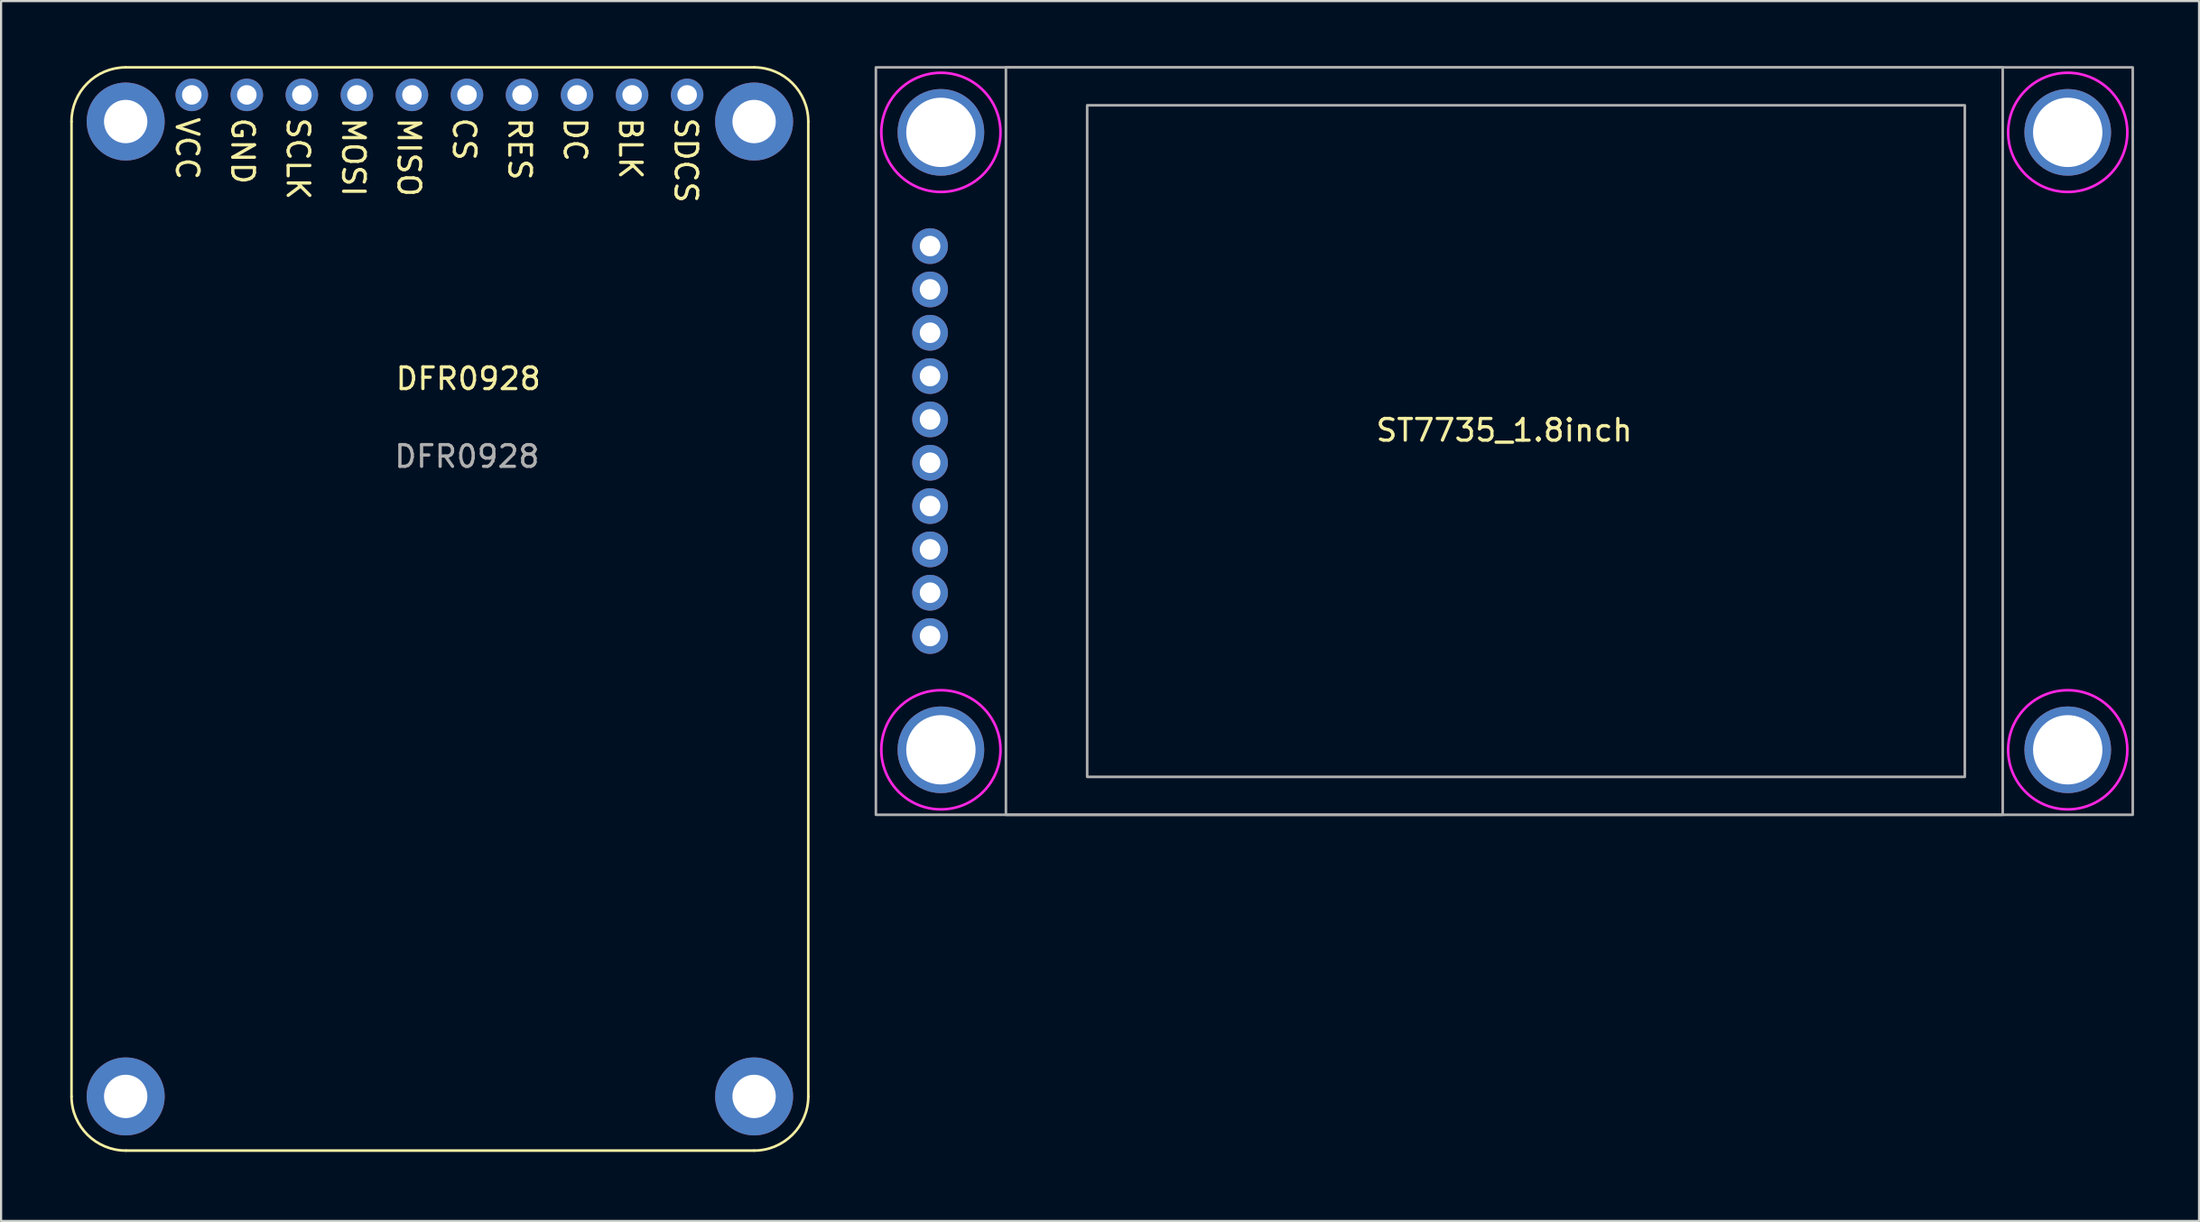
<source format=kicad_pcb>
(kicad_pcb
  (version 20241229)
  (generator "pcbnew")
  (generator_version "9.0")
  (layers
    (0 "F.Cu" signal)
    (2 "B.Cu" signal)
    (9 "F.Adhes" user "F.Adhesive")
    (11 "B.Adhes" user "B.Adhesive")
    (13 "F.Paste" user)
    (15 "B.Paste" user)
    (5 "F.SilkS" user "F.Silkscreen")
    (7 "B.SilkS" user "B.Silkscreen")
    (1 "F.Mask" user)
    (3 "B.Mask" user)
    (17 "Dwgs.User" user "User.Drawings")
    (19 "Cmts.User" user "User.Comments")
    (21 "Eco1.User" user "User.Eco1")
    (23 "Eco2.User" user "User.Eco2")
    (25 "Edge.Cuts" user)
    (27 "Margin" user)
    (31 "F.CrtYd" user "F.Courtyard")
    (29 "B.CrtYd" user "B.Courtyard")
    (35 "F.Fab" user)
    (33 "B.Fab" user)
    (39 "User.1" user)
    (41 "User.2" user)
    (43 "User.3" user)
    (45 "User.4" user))
  (footprint "ST7735_1.8inch"
    (layer "F.Cu")
    (at 66.37 17.31)
    (property "Reference" "ST7735_1.8inch" (at 0 -0.5 0) (unlocked yes) (layer "F.SilkS") (effects (font (size 1 1) (thickness 0.15))))
    (attr through_hole)
    (fp_circle (center -26 -14.25) (end -23.25 -14.25) (stroke (width 0.12) (type solid)) (fill no) (layer "F.CrtYd"))
    (fp_circle (center -26 14.25) (end -23.25 14.25) (stroke (width 0.12) (type solid)) (fill no) (layer "F.CrtYd"))
    (fp_circle (center 26 -14.25) (end 28.75 -14.25) (stroke (width 0.12) (type solid)) (fill no) (layer "F.CrtYd"))
    (fp_circle (center 26 14.25) (end 28.75 14.25) (stroke (width 0.12) (type solid)) (fill no) (layer "F.CrtYd"))
    (fp_rect (start -29 -17.25) (end 29 17.25) (stroke (width 0.12) (type solid)) (fill no) (layer "F.Fab"))
    (fp_rect (start -23 -17.25) (end 23 17.25) (stroke (width 0.12) (type solid)) (fill no) (layer "F.Fab"))
    (fp_rect (start -19.25 -15.5) (end 21.25 15.5) (stroke (width 0.12) (type solid)) (fill no) (layer "F.Fab"))
    (pad "" thru_hole circle (at -26 -14.25) (size 4 4) (drill 3.2) (layers "*.Cu" "*.Mask"))
    (pad "" thru_hole circle (at -26 14.25) (size 4 4) (drill 3.2) (layers "*.Cu" "*.Mask"))
    (pad "" thru_hole circle (at 26 -14.25) (size 4 4) (drill 3.2) (layers "*.Cu" "*.Mask"))
    (pad "" thru_hole circle (at 26 14.25) (size 4 4) (drill 3.2) (layers "*.Cu" "*.Mask"))
    (pad "1" thru_hole circle (at -26.5 -9) (size 1.65 1.65) (drill 0.95) (layers "*.Cu" "*.Mask"))
    (pad "2" thru_hole circle (at -26.5 -7) (size 1.65 1.65) (drill 0.95) (layers "*.Cu" "*.Mask"))
    (pad "3" thru_hole circle (at -26.5 -5) (size 1.65 1.65) (drill 0.95) (layers "*.Cu" "*.Mask"))
    (pad "4" thru_hole circle (at -26.5 -3) (size 1.65 1.65) (drill 0.95) (layers "*.Cu" "*.Mask"))
    (pad "5" thru_hole circle (at -26.5 -1) (size 1.65 1.65) (drill 0.95) (layers "*.Cu" "*.Mask"))
    (pad "6" thru_hole circle (at -26.5 1) (size 1.65 1.65) (drill 0.95) (layers "*.Cu" "*.Mask"))
    (pad "7" thru_hole circle (at -26.5 3) (size 1.65 1.65) (drill 0.95) (layers "*.Cu" "*.Mask"))
    (pad "8" thru_hole circle (at -26.5 5) (size 1.65 1.65) (drill 0.95) (layers "*.Cu" "*.Mask"))
    (pad "9" thru_hole circle (at -26.5 7) (size 1.65 1.65) (drill 0.95) (layers "*.Cu" "*.Mask"))
    (pad "10" thru_hole circle (at -26.5 9) (size 1.65 1.65) (drill 0.95) (layers "*.Cu" "*.Mask")))
  (footprint "DFR0928"
    (layer "F.Cu")
    (at 0.25 50.06)
    (property "Reference" "DFR0928" (at 18.31 -35.63 0) (unlocked yes) (layer "F.SilkS") (effects (font (size 1 1) (thickness 0.15))))
    (attr through_hole)
    (fp_line (start 0 -47.5) (end 0 -2.5) (stroke (width 0.12) (type solid)) (layer "F.SilkS"))
    (fp_line (start 2.5 -50) (end 31.5 -50) (stroke (width 0.12) (type solid)) (layer "F.SilkS"))
    (fp_line (start 2.51 0) (end 31.5 0) (stroke (width 0.12) (type solid)) (layer "F.SilkS"))
    (fp_line (start 34 -47.5) (end 34 -2.5) (stroke (width 0.12) (type solid)) (layer "F.SilkS"))
    (fp_arc (start 0 -47.5) (mid 0.732233 -49.267767) (end 2.5 -50) (stroke (width 0.12) (type solid)) (layer "F.SilkS"))
    (fp_arc (start 2.51 0) (mid 0.737233 -0.730162) (end 0 -2.5) (stroke (width 0.12) (type solid)) (layer "F.SilkS"))
    (fp_arc (start 31.5 -50) (mid 33.267767 -49.267767) (end 34 -47.5) (stroke (width 0.12) (type solid)) (layer "F.SilkS"))
    (fp_arc (start 34 -2.5) (mid 33.267767 -0.732233) (end 31.5 0) (stroke (width 0.12) (type solid)) (layer "F.SilkS"))
    (fp_text user "GND" (at 7.897 -46.14 270) (unlocked yes) (layer "F.SilkS") (effects (font (size 1 1) (thickness 0.15))))
    (fp_text user "DC" (at 23.237 -46.664 270) (unlocked yes) (layer "F.SilkS") (effects (font (size 1 1) (thickness 0.15))))
    (fp_text user "SCLK" (at 10.453 -45.783 270) (unlocked yes) (layer "F.SilkS") (effects (font (size 1 1) (thickness 0.15))))
    (fp_text user "CS" (at 18.123 -46.688 270) (unlocked yes) (layer "F.SilkS") (effects (font (size 1 1) (thickness 0.15))))
    (fp_text user "SDCS" (at 28.35 -45.711 270) (unlocked yes) (layer "F.SilkS") (effects (font (size 1 1) (thickness 0.15))))
    (fp_text user "RES" (at 20.68 -46.235 270) (unlocked yes) (layer "F.SilkS") (effects (font (size 1 1) (thickness 0.15))))
    (fp_text user "VCC" (at 5.34 -46.25 270) (unlocked yes) (layer "F.SilkS") (effects (font (size 1 1) (thickness 0.15))))
    (fp_text user "BLK" (at 25.793 -46.259 270) (unlocked yes) (layer "F.SilkS") (effects (font (size 1 1) (thickness 0.15))))
    (fp_text user "MOSI" (at 13.01 -45.854 270) (unlocked yes) (layer "F.SilkS") (effects (font (size 1 1) (thickness 0.15))))
    (fp_text user "MISO" (at 15.567 -45.854 270) (unlocked yes) (layer "F.SilkS") (effects (font (size 1 1) (thickness 0.15))))
    (fp_text user "${REFERENCE}" (at 18.25 -32.04 0) (unlocked yes) (layer "F.Fab") (effects (font (size 1 1) (thickness 0.15))))
    (pad "0" thru_hole circle (at 2.5 -47.5) (size 3.6 3.6) (drill 2) (layers "*.Cu" "*.Mask"))
    (pad "0" thru_hole circle (at 2.5 -2.5) (size 3.6 3.6) (drill 2) (layers "*.Cu" "*.Mask"))
    (pad "0" thru_hole circle (at 31.5 -47.5) (size 3.6 3.6) (drill 2) (layers "*.Cu" "*.Mask"))
    (pad "0" thru_hole circle (at 31.5 -2.5) (size 3.6 3.6) (drill 2) (layers "*.Cu" "*.Mask"))
    (pad "1" thru_hole circle (at 5.55 -48.73) (size 1.5 1.5) (drill 0.9) (layers "*.Cu" "*.Mask"))
    (pad "2" thru_hole circle (at 8.09 -48.73) (size 1.5 1.5) (drill 0.9) (layers "*.Cu" "*.Mask"))
    (pad "3" thru_hole circle (at 10.63 -48.73) (size 1.5 1.5) (drill 0.9) (layers "*.Cu" "*.Mask"))
    (pad "4" thru_hole circle (at 13.17 -48.73) (size 1.5 1.5) (drill 0.9) (layers "*.Cu" "*.Mask"))
    (pad "5" thru_hole circle (at 15.71 -48.73) (size 1.5 1.5) (drill 0.9) (layers "*.Cu" "*.Mask"))
    (pad "6" thru_hole circle (at 18.25 -48.73) (size 1.5 1.5) (drill 0.9) (layers "*.Cu" "*.Mask"))
    (pad "7" thru_hole circle (at 20.79 -48.73) (size 1.5 1.5) (drill 0.9) (layers "*.Cu" "*.Mask"))
    (pad "8" thru_hole circle (at 23.33 -48.73) (size 1.5 1.5) (drill 0.9) (layers "*.Cu" "*.Mask"))
    (pad "9" thru_hole circle (at 25.87 -48.73) (size 1.5 1.5) (drill 0.9) (layers "*.Cu" "*.Mask"))
    (pad "10" thru_hole circle (at 28.41 -48.73) (size 1.5 1.5) (drill 0.9) (layers "*.Cu" "*.Mask")))
  (gr_rect
    (start -3 -3)
    (end 98.43 53.31)
    (stroke (width 0.1) (type default))
    (fill no)
    (layer "Edge.Cuts")))
</source>
